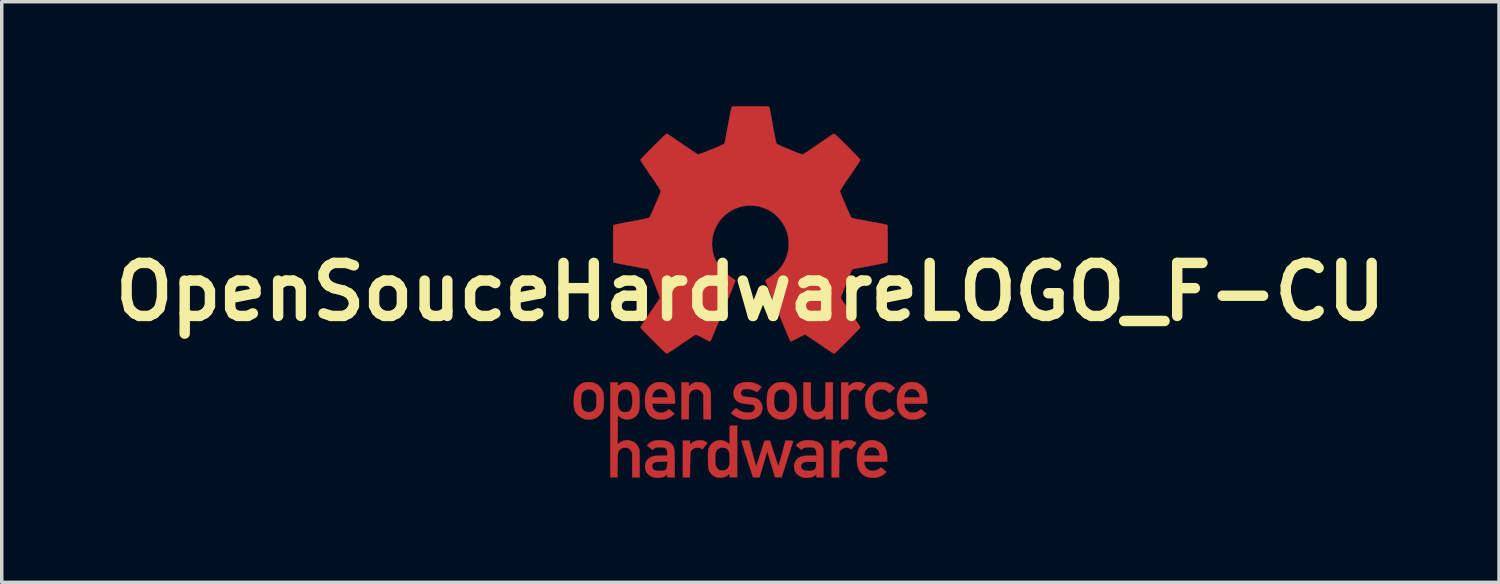
<source format=kicad_pcb>
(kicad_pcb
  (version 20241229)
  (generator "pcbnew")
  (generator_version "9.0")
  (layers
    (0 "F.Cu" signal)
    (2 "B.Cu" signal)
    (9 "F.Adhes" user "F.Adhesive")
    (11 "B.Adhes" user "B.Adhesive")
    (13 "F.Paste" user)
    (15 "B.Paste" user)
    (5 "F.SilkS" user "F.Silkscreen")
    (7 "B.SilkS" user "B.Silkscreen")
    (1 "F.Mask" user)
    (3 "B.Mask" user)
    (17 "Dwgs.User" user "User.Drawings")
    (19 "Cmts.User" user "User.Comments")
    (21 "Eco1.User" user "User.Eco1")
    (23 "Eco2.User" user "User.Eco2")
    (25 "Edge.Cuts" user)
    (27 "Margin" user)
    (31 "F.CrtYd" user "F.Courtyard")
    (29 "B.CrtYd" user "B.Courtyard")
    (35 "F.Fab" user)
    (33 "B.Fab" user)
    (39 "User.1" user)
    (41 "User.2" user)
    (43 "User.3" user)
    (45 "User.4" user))
  (footprint "OpenSouceHardwareLOGO_F-CU"
    (layer "F.Cu")
    (at 18.513 5.339)
    (property "Reference" "OpenSouceHardwareLOGO_F-CU" (at 0 0 0) (layer "F.SilkS") (effects (font (size 1.524 1.524) (thickness 0.3))))
    (attr through_hole)
    (fp_poly (pts (xy 2.928 4.276) (xy 2.979 4.297) (xy 3.011 4.313) (xy 3.031 4.325) (xy 3.04 4.337) (xy 3.039 4.351) (xy 3.026 4.371) (xy 3.003 4.399) (xy 2.985 4.421) (xy 2.958 4.453) (xy 2.935 4.48) (xy 2.917 4.501) (xy 2.908 4.512) (xy 2.898 4.518) (xy 2.886 4.515) (xy 2.873 4.507) (xy 2.823 4.481) (xy 2.768 4.471) (xy 2.713 4.476) (xy 2.661 4.495) (xy 2.621 4.522) (xy 2.606 4.536) (xy 2.592 4.549) (xy 2.581 4.563) (xy 2.573 4.579) (xy 2.566 4.599) (xy 2.561 4.625) (xy 2.557 4.658) (xy 2.554 4.699) (xy 2.553 4.751) (xy 2.552 4.816) (xy 2.551 4.894) (xy 2.55 4.976) (xy 2.548 5.326) (xy 2.337 5.326) (xy 2.337 4.276) (xy 2.548 4.276) (xy 2.548 4.387) (xy 2.589 4.351) (xy 2.649 4.309) (xy 2.715 4.279) (xy 2.786 4.264) (xy 2.858 4.263) (xy 2.928 4.276)) (stroke (width 0.01) (type solid)) (fill yes) (layer "F.Cu"))
    (fp_poly (pts (xy 3.148 2.594) (xy 3.178 2.598) (xy 3.181 2.599) (xy 3.205 2.607) (xy 3.234 2.619) (xy 3.263 2.634) (xy 3.288 2.649) (xy 3.305 2.661) (xy 3.31 2.668) (xy 3.305 2.676) (xy 3.292 2.694) (xy 3.272 2.718) (xy 3.249 2.747) (xy 3.224 2.776) (xy 3.201 2.803) (xy 3.181 2.826) (xy 3.168 2.841) (xy 3.163 2.845) (xy 3.155 2.841) (xy 3.136 2.832) (xy 3.123 2.825) (xy 3.071 2.803) (xy 3.019 2.797) (xy 2.976 2.802) (xy 2.922 2.821) (xy 2.879 2.853) (xy 2.845 2.898) (xy 2.839 2.91) (xy 2.815 2.959) (xy 2.81 3.658) (xy 2.608 3.658) (xy 2.608 2.599) (xy 2.811 2.599) (xy 2.811 2.654) (xy 2.812 2.682) (xy 2.814 2.702) (xy 2.816 2.709) (xy 2.825 2.704) (xy 2.842 2.69) (xy 2.859 2.675) (xy 2.912 2.635) (xy 2.969 2.609) (xy 3.036 2.595) (xy 3.067 2.592) (xy 3.108 2.592) (xy 3.148 2.594)) (stroke (width 0.01) (type solid)) (fill yes) (layer "F.Cu"))
    (fp_poly (pts (xy -1.374 4.27) (xy -1.334 4.282) (xy -1.303 4.296) (xy -1.275 4.311) (xy -1.253 4.326) (xy -1.239 4.338) (xy -1.238 4.344) (xy -1.244 4.353) (xy -1.259 4.372) (xy -1.28 4.399) (xy -1.306 4.431) (xy -1.311 4.436) (xy -1.381 4.521) (xy -1.421 4.498) (xy -1.445 4.485) (xy -1.468 4.478) (xy -1.496 4.475) (xy -1.524 4.475) (xy -1.581 4.48) (xy -1.626 4.495) (xy -1.665 4.523) (xy -1.683 4.542) (xy -1.694 4.556) (xy -1.703 4.57) (xy -1.711 4.585) (xy -1.717 4.602) (xy -1.721 4.624) (xy -1.725 4.652) (xy -1.728 4.689) (xy -1.73 4.735) (xy -1.731 4.792) (xy -1.732 4.862) (xy -1.733 4.946) (xy -1.734 4.981) (xy -1.737 5.326) (xy -1.939 5.326) (xy -1.939 4.276) (xy -1.736 4.276) (xy -1.736 4.325) (xy -1.735 4.352) (xy -1.733 4.372) (xy -1.731 4.379) (xy -1.723 4.377) (xy -1.707 4.365) (xy -1.692 4.351) (xy -1.64 4.312) (xy -1.578 4.284) (xy -1.511 4.267) (xy -1.441 4.262) (xy -1.374 4.27)) (stroke (width 0.01) (type solid)) (fill yes) (layer "F.Cu"))
    (fp_poly (pts (xy -1.449 2.596) (xy -1.415 2.598) (xy -1.388 2.603) (xy -1.363 2.611) (xy -1.352 2.615) (xy -1.294 2.647) (xy -1.241 2.692) (xy -1.197 2.748) (xy -1.163 2.811) (xy -1.143 2.877) (xy -1.143 2.878) (xy -1.141 2.897) (xy -1.139 2.931) (xy -1.138 2.978) (xy -1.137 3.037) (xy -1.136 3.106) (xy -1.135 3.182) (xy -1.135 3.265) (xy -1.135 3.29) (xy -1.135 3.658) (xy -1.346 3.658) (xy -1.348 3.304) (xy -1.35 2.95) (xy -1.372 2.908) (xy -1.405 2.862) (xy -1.449 2.827) (xy -1.5 2.805) (xy -1.508 2.803) (xy -1.566 2.797) (xy -1.619 2.807) (xy -1.67 2.831) (xy -1.699 2.851) (xy -1.72 2.875) (xy -1.74 2.908) (xy -1.765 2.958) (xy -1.768 3.308) (xy -1.77 3.658) (xy -1.981 3.658) (xy -1.981 2.599) (xy -1.77 2.599) (xy -1.77 2.654) (xy -1.769 2.682) (xy -1.767 2.702) (xy -1.765 2.709) (xy -1.757 2.704) (xy -1.741 2.69) (xy -1.729 2.679) (xy -1.704 2.658) (xy -1.672 2.637) (xy -1.643 2.621) (xy -1.617 2.61) (xy -1.595 2.602) (xy -1.572 2.598) (xy -1.544 2.596) (xy -1.505 2.595) (xy -1.494 2.595) (xy -1.449 2.596)) (stroke (width 0.01) (type solid)) (fill yes) (layer "F.Cu"))
    (fp_poly (pts (xy 1.736 2.937) (xy 1.736 3.027) (xy 1.736 3.101) (xy 1.737 3.162) (xy 1.738 3.21) (xy 1.74 3.248) (xy 1.742 3.276) (xy 1.744 3.297) (xy 1.747 3.312) (xy 1.748 3.314) (xy 1.772 3.367) (xy 1.807 3.408) (xy 1.853 3.437) (xy 1.909 3.452) (xy 1.945 3.454) (xy 2.007 3.447) (xy 2.058 3.427) (xy 2.1 3.393) (xy 2.133 3.344) (xy 2.137 3.336) (xy 2.141 3.326) (xy 2.145 3.315) (xy 2.148 3.302) (xy 2.15 3.285) (xy 2.152 3.262) (xy 2.154 3.232) (xy 2.155 3.193) (xy 2.156 3.143) (xy 2.156 3.08) (xy 2.157 3.003) (xy 2.157 2.949) (xy 2.16 2.599) (xy 2.371 2.599) (xy 2.371 3.658) (xy 2.159 3.658) (xy 2.159 3.603) (xy 2.158 3.575) (xy 2.156 3.555) (xy 2.154 3.548) (xy 2.145 3.553) (xy 2.128 3.567) (xy 2.111 3.582) (xy 2.063 3.619) (xy 2.011 3.644) (xy 1.951 3.658) (xy 1.897 3.663) (xy 1.851 3.664) (xy 1.817 3.662) (xy 1.789 3.656) (xy 1.774 3.651) (xy 1.7 3.617) (xy 1.638 3.571) (xy 1.589 3.515) (xy 1.553 3.449) (xy 1.533 3.379) (xy 1.531 3.36) (xy 1.529 3.326) (xy 1.527 3.278) (xy 1.526 3.219) (xy 1.525 3.15) (xy 1.524 3.073) (xy 1.524 2.99) (xy 1.524 2.966) (xy 1.524 2.599) (xy 1.736 2.599) (xy 1.736 2.937)) (stroke (width 0.01) (type solid)) (fill yes) (layer "F.Cu"))
    (fp_poly (pts (xy 3.821 2.592) (xy 3.858 2.596) (xy 3.893 2.604) (xy 3.926 2.615) (xy 3.986 2.641) (xy 4.046 2.676) (xy 4.1 2.717) (xy 4.128 2.743) (xy 4.153 2.77) (xy 4.131 2.788) (xy 4.114 2.802) (xy 4.089 2.824) (xy 4.061 2.849) (xy 4.052 2.856) (xy 3.996 2.906) (xy 3.958 2.871) (xy 3.912 2.835) (xy 3.867 2.813) (xy 3.816 2.802) (xy 3.772 2.8) (xy 3.702 2.807) (xy 3.643 2.827) (xy 3.594 2.861) (xy 3.556 2.907) (xy 3.528 2.967) (xy 3.511 3.04) (xy 3.505 3.125) (xy 3.505 3.128) (xy 3.511 3.214) (xy 3.527 3.287) (xy 3.554 3.346) (xy 3.591 3.393) (xy 3.64 3.427) (xy 3.699 3.447) (xy 3.769 3.454) (xy 3.774 3.454) (xy 3.839 3.448) (xy 3.895 3.429) (xy 3.948 3.394) (xy 3.961 3.382) (xy 3.996 3.351) (xy 4.044 3.392) (xy 4.073 3.417) (xy 4.101 3.442) (xy 4.122 3.461) (xy 4.153 3.488) (xy 4.102 3.535) (xy 4.042 3.581) (xy 3.976 3.62) (xy 3.908 3.648) (xy 3.89 3.653) (xy 3.843 3.661) (xy 3.787 3.665) (xy 3.728 3.664) (xy 3.673 3.658) (xy 3.648 3.653) (xy 3.565 3.625) (xy 3.492 3.583) (xy 3.43 3.528) (xy 3.378 3.461) (xy 3.337 3.38) (xy 3.314 3.31) (xy 3.304 3.263) (xy 3.299 3.204) (xy 3.297 3.138) (xy 3.299 3.072) (xy 3.304 3.009) (xy 3.312 2.954) (xy 3.317 2.934) (xy 3.35 2.846) (xy 3.394 2.77) (xy 3.449 2.707) (xy 3.515 2.657) (xy 3.592 2.62) (xy 3.645 2.604) (xy 3.678 2.598) (xy 3.72 2.593) (xy 3.764 2.591) (xy 3.776 2.591) (xy 3.821 2.592)) (stroke (width 0.01) (type solid)) (fill yes) (layer "F.Cu"))
    (fp_poly (pts (xy 4.728 2.597) (xy 4.803 2.617) (xy 4.872 2.651) (xy 4.935 2.7) (xy 4.949 2.713) (xy 4.995 2.765) (xy 5.029 2.822) (xy 5.054 2.886) (xy 5.07 2.959) (xy 5.079 3.044) (xy 5.08 3.101) (xy 5.08 3.209) (xy 4.42 3.209) (xy 4.42 3.238) (xy 4.427 3.291) (xy 4.449 3.344) (xy 4.483 3.392) (xy 4.525 3.43) (xy 4.553 3.447) (xy 4.577 3.457) (xy 4.602 3.463) (xy 4.634 3.466) (xy 4.669 3.466) (xy 4.724 3.464) (xy 4.769 3.454) (xy 4.812 3.436) (xy 4.858 3.407) (xy 4.867 3.4) (xy 4.907 3.371) (xy 5.056 3.499) (xy 5.024 3.532) (xy 4.963 3.582) (xy 4.89 3.623) (xy 4.853 3.639) (xy 4.799 3.653) (xy 4.735 3.662) (xy 4.666 3.665) (xy 4.599 3.661) (xy 4.539 3.651) (xy 4.53 3.649) (xy 4.451 3.62) (xy 4.383 3.577) (xy 4.325 3.521) (xy 4.278 3.453) (xy 4.242 3.372) (xy 4.228 3.322) (xy 4.219 3.276) (xy 4.214 3.217) (xy 4.212 3.152) (xy 4.213 3.085) (xy 4.217 3.031) (xy 4.417 3.031) (xy 4.87 3.031) (xy 4.864 2.991) (xy 4.848 2.926) (xy 4.819 2.873) (xy 4.78 2.832) (xy 4.73 2.803) (xy 4.67 2.789) (xy 4.656 2.787) (xy 4.596 2.791) (xy 4.542 2.809) (xy 4.496 2.841) (xy 4.459 2.885) (xy 4.434 2.939) (xy 4.423 2.989) (xy 4.417 3.031) (xy 4.217 3.031) (xy 4.217 3.02) (xy 4.224 2.964) (xy 4.232 2.927) (xy 4.262 2.842) (xy 4.301 2.769) (xy 4.35 2.708) (xy 4.361 2.697) (xy 4.42 2.651) (xy 4.481 2.619) (xy 4.549 2.599) (xy 4.627 2.591) (xy 4.644 2.591) (xy 4.728 2.597)) (stroke (width 0.01) (type solid)) (fill yes) (layer "F.Cu"))
    (fp_poly (pts (xy -2.541 2.592) (xy -2.514 2.596) (xy -2.485 2.603) (xy -2.46 2.611) (xy -2.382 2.645) (xy -2.317 2.688) (xy -2.263 2.741) (xy -2.22 2.807) (xy -2.217 2.813) (xy -2.198 2.854) (xy -2.185 2.894) (xy -2.176 2.936) (xy -2.17 2.985) (xy -2.168 3.045) (xy -2.167 3.084) (xy -2.167 3.209) (xy -2.822 3.209) (xy -2.817 3.259) (xy -2.804 3.319) (xy -2.778 3.371) (xy -2.739 3.413) (xy -2.692 3.445) (xy -2.636 3.464) (xy -2.575 3.471) (xy -2.51 3.463) (xy -2.489 3.458) (xy -2.42 3.43) (xy -2.364 3.391) (xy -2.361 3.389) (xy -2.338 3.368) (xy -2.26 3.434) (xy -2.182 3.501) (xy -2.227 3.541) (xy -2.282 3.583) (xy -2.346 3.619) (xy -2.411 3.645) (xy -2.439 3.653) (xy -2.484 3.66) (xy -2.539 3.664) (xy -2.596 3.665) (xy -2.651 3.661) (xy -2.695 3.655) (xy -2.699 3.654) (xy -2.778 3.627) (xy -2.848 3.586) (xy -2.907 3.532) (xy -2.955 3.467) (xy -2.965 3.449) (xy -2.987 3.404) (xy -3.003 3.36) (xy -3.015 3.314) (xy -3.022 3.261) (xy -3.027 3.197) (xy -3.028 3.167) (xy -3.027 3.054) (xy -3.025 3.031) (xy -2.822 3.031) (xy -2.371 3.031) (xy -2.376 3.004) (xy -2.394 2.933) (xy -2.421 2.876) (xy -2.457 2.834) (xy -2.503 2.805) (xy -2.558 2.79) (xy -2.574 2.788) (xy -2.637 2.79) (xy -2.693 2.806) (xy -2.741 2.836) (xy -2.779 2.877) (xy -2.805 2.929) (xy -2.817 2.985) (xy -2.822 3.031) (xy -3.025 3.031) (xy -3.015 2.953) (xy -2.991 2.865) (xy -2.956 2.788) (xy -2.909 2.724) (xy -2.853 2.672) (xy -2.803 2.639) (xy -2.754 2.616) (xy -2.701 2.601) (xy -2.638 2.594) (xy -2.616 2.593) (xy -2.573 2.591) (xy -2.541 2.592)) (stroke (width 0.01) (type solid)) (fill yes) (layer "F.Cu"))
    (fp_poly (pts (xy -0.381 5.326) (xy -0.593 5.326) (xy -0.593 5.223) (xy -0.629 5.252) (xy -0.695 5.297) (xy -0.767 5.326) (xy -0.841 5.34) (xy -0.917 5.337) (xy -0.953 5.331) (xy -1.022 5.305) (xy -1.085 5.266) (xy -1.137 5.216) (xy -1.177 5.156) (xy -1.198 5.105) (xy -1.203 5.087) (xy -1.207 5.065) (xy -1.21 5.037) (xy -1.213 5.001) (xy -1.215 4.954) (xy -1.216 4.894) (xy -1.217 4.842) (xy -1.218 4.798) (xy -1.013 4.798) (xy -1.011 4.863) (xy -1.006 4.923) (xy -0.998 4.976) (xy -0.986 5.017) (xy -0.983 5.023) (xy -0.955 5.068) (xy -0.915 5.103) (xy -0.884 5.119) (xy -0.846 5.127) (xy -0.8 5.129) (xy -0.753 5.125) (xy -0.713 5.115) (xy -0.699 5.109) (xy -0.665 5.086) (xy -0.638 5.054) (xy -0.618 5.013) (xy -0.604 4.961) (xy -0.596 4.895) (xy -0.593 4.815) (xy -0.593 4.801) (xy -0.595 4.715) (xy -0.604 4.644) (xy -0.618 4.587) (xy -0.64 4.543) (xy -0.67 4.511) (xy -0.708 4.489) (xy -0.755 4.476) (xy -0.779 4.473) (xy -0.84 4.474) (xy -0.893 4.489) (xy -0.938 4.517) (xy -0.973 4.557) (xy -0.986 4.583) (xy -0.998 4.622) (xy -1.006 4.674) (xy -1.011 4.734) (xy -1.013 4.798) (xy -1.218 4.798) (xy -1.218 4.761) (xy -1.218 4.69) (xy -1.216 4.632) (xy -1.214 4.587) (xy -1.211 4.563) (xy -1.192 4.485) (xy -1.159 4.418) (xy -1.113 4.361) (xy -1.056 4.316) (xy -0.988 4.283) (xy -0.918 4.265) (xy -0.846 4.262) (xy -0.775 4.274) (xy -0.706 4.301) (xy -0.643 4.342) (xy -0.638 4.347) (xy -0.617 4.364) (xy -0.603 4.375) (xy -0.598 4.377) (xy -0.596 4.369) (xy -0.595 4.346) (xy -0.594 4.31) (xy -0.594 4.263) (xy -0.593 4.208) (xy -0.593 4.145) (xy -0.593 4.111) (xy -0.593 3.844) (xy -0.381 3.844) (xy -0.381 5.326)) (stroke (width 0.01) (type solid)) (fill yes) (layer "F.Cu"))
    (fp_poly (pts (xy 3.596 4.273) (xy 3.673 4.299) (xy 3.744 4.338) (xy 3.8 4.385) (xy 3.845 4.437) (xy 3.879 4.492) (xy 3.904 4.555) (xy 3.92 4.626) (xy 3.927 4.71) (xy 3.929 4.764) (xy 3.929 4.877) (xy 3.266 4.877) (xy 3.271 4.925) (xy 3.287 4.989) (xy 3.315 5.044) (xy 3.355 5.088) (xy 3.404 5.12) (xy 3.462 5.139) (xy 3.526 5.143) (xy 3.568 5.139) (xy 3.608 5.128) (xy 3.651 5.112) (xy 3.689 5.093) (xy 3.719 5.073) (xy 3.729 5.064) (xy 3.743 5.051) (xy 3.753 5.046) (xy 3.762 5.051) (xy 3.78 5.065) (xy 3.805 5.085) (xy 3.832 5.107) (xy 3.859 5.13) (xy 3.881 5.151) (xy 3.897 5.166) (xy 3.903 5.174) (xy 3.896 5.185) (xy 3.879 5.203) (xy 3.853 5.224) (xy 3.822 5.247) (xy 3.791 5.268) (xy 3.761 5.285) (xy 3.756 5.288) (xy 3.671 5.32) (xy 3.58 5.338) (xy 3.486 5.34) (xy 3.427 5.334) (xy 3.343 5.312) (xy 3.269 5.278) (xy 3.207 5.23) (xy 3.155 5.169) (xy 3.114 5.096) (xy 3.084 5.009) (xy 3.077 4.983) (xy 3.068 4.93) (xy 3.063 4.866) (xy 3.062 4.796) (xy 3.064 4.728) (xy 3.065 4.707) (xy 3.266 4.707) (xy 3.717 4.707) (xy 3.717 4.684) (xy 3.714 4.661) (xy 3.708 4.632) (xy 3.704 4.617) (xy 3.68 4.56) (xy 3.644 4.515) (xy 3.598 4.484) (xy 3.542 4.466) (xy 3.493 4.462) (xy 3.438 4.467) (xy 3.394 4.481) (xy 3.355 4.508) (xy 3.331 4.532) (xy 3.306 4.566) (xy 3.288 4.602) (xy 3.276 4.647) (xy 3.272 4.671) (xy 3.266 4.707) (xy 3.065 4.707) (xy 3.069 4.665) (xy 3.076 4.623) (xy 3.103 4.535) (xy 3.142 4.458) (xy 3.191 4.392) (xy 3.251 4.339) (xy 3.32 4.298) (xy 3.398 4.272) (xy 3.434 4.266) (xy 3.515 4.262) (xy 3.596 4.273)) (stroke (width 0.01) (type solid)) (fill yes) (layer "F.Cu"))
    (fp_poly (pts (xy -4.561 2.596) (xy -4.49 2.613) (xy -4.426 2.642) (xy -4.367 2.685) (xy -4.327 2.723) (xy -4.291 2.765) (xy -4.264 2.806) (xy -4.244 2.851) (xy -4.229 2.902) (xy -4.219 2.963) (xy -4.212 3.037) (xy -4.211 3.069) (xy -4.209 3.148) (xy -4.213 3.225) (xy -4.22 3.296) (xy -4.231 3.358) (xy -4.244 3.403) (xy -4.279 3.474) (xy -4.328 3.537) (xy -4.388 3.589) (xy -4.458 3.629) (xy -4.527 3.653) (xy -4.573 3.661) (xy -4.629 3.665) (xy -4.687 3.664) (xy -4.739 3.658) (xy -4.766 3.653) (xy -4.835 3.626) (xy -4.901 3.587) (xy -4.958 3.537) (xy -5.005 3.48) (xy -5.024 3.448) (xy -5.041 3.411) (xy -5.054 3.373) (xy -5.063 3.332) (xy -5.069 3.285) (xy -5.073 3.227) (xy -5.074 3.171) (xy -4.867 3.171) (xy -4.863 3.241) (xy -4.853 3.299) (xy -4.836 3.345) (xy -4.813 3.382) (xy -4.782 3.411) (xy -4.751 3.431) (xy -4.697 3.45) (xy -4.637 3.456) (xy -4.578 3.447) (xy -4.541 3.434) (xy -4.496 3.404) (xy -4.459 3.361) (xy -4.435 3.312) (xy -4.43 3.29) (xy -4.427 3.253) (xy -4.425 3.201) (xy -4.424 3.133) (xy -4.424 3.124) (xy -4.424 3.068) (xy -4.425 3.026) (xy -4.426 2.995) (xy -4.428 2.972) (xy -4.432 2.954) (xy -4.437 2.938) (xy -4.444 2.923) (xy -4.475 2.873) (xy -4.518 2.835) (xy -4.57 2.811) (xy -4.63 2.8) (xy -4.654 2.799) (xy -4.699 2.806) (xy -4.744 2.822) (xy -4.784 2.846) (xy -4.812 2.872) (xy -4.831 2.899) (xy -4.844 2.926) (xy -4.854 2.956) (xy -4.86 2.993) (xy -4.864 3.041) (xy -4.866 3.086) (xy -4.867 3.171) (xy -5.074 3.171) (xy -5.074 3.157) (xy -5.075 3.128) (xy -5.073 3.039) (xy -5.067 2.963) (xy -5.057 2.9) (xy -5.041 2.846) (xy -5.019 2.798) (xy -4.99 2.755) (xy -4.953 2.715) (xy -4.941 2.703) (xy -4.882 2.655) (xy -4.822 2.622) (xy -4.756 2.601) (xy -4.68 2.592) (xy -4.644 2.591) (xy -4.561 2.596)) (stroke (width 0.01) (type solid)) (fill yes) (layer "F.Cu"))
    (fp_poly (pts (xy 0.986 2.596) (xy 1.06 2.613) (xy 1.125 2.643) (xy 1.185 2.686) (xy 1.212 2.71) (xy 1.251 2.755) (xy 1.282 2.804) (xy 1.305 2.859) (xy 1.322 2.922) (xy 1.332 2.996) (xy 1.337 3.083) (xy 1.337 3.128) (xy 1.335 3.221) (xy 1.328 3.299) (xy 1.315 3.366) (xy 1.296 3.423) (xy 1.269 3.474) (xy 1.235 3.52) (xy 1.21 3.547) (xy 1.15 3.597) (xy 1.084 3.633) (xy 1.01 3.656) (xy 0.927 3.665) (xy 0.902 3.665) (xy 0.861 3.664) (xy 0.819 3.66) (xy 0.786 3.654) (xy 0.78 3.653) (xy 0.711 3.627) (xy 0.647 3.588) (xy 0.596 3.542) (xy 0.559 3.502) (xy 0.53 3.459) (xy 0.508 3.413) (xy 0.492 3.36) (xy 0.481 3.298) (xy 0.475 3.225) (xy 0.474 3.172) (xy 0.679 3.172) (xy 0.685 3.249) (xy 0.7 3.312) (xy 0.722 3.362) (xy 0.754 3.402) (xy 0.795 3.431) (xy 0.809 3.438) (xy 0.844 3.449) (xy 0.888 3.454) (xy 0.935 3.453) (xy 0.978 3.446) (xy 0.983 3.445) (xy 1.024 3.425) (xy 1.062 3.393) (xy 1.094 3.353) (xy 1.102 3.338) (xy 1.109 3.323) (xy 1.114 3.309) (xy 1.117 3.292) (xy 1.12 3.27) (xy 1.121 3.24) (xy 1.122 3.2) (xy 1.122 3.146) (xy 1.122 3.128) (xy 1.122 3.065) (xy 1.12 3.015) (xy 1.118 2.977) (xy 1.113 2.947) (xy 1.106 2.924) (xy 1.095 2.904) (xy 1.081 2.884) (xy 1.066 2.866) (xy 1.026 2.832) (xy 0.978 2.81) (xy 0.925 2.8) (xy 0.872 2.801) (xy 0.82 2.813) (xy 0.774 2.837) (xy 0.737 2.872) (xy 0.727 2.886) (xy 0.711 2.914) (xy 0.699 2.941) (xy 0.691 2.971) (xy 0.686 3.009) (xy 0.682 3.058) (xy 0.68 3.082) (xy 0.679 3.172) (xy 0.474 3.172) (xy 0.473 3.138) (xy 0.473 3.129) (xy 0.475 3.039) (xy 0.48 2.964) (xy 0.491 2.901) (xy 0.507 2.846) (xy 0.529 2.799) (xy 0.558 2.756) (xy 0.595 2.714) (xy 0.597 2.713) (xy 0.657 2.661) (xy 0.723 2.624) (xy 0.795 2.601) (xy 0.876 2.591) (xy 0.901 2.591) (xy 0.986 2.596)) (stroke (width 0.01) (type solid)) (fill yes) (layer "F.Cu"))
    (fp_poly (pts (xy 1.731 4.264) (xy 1.81 4.274) (xy 1.884 4.292) (xy 1.947 4.319) (xy 1.949 4.32) (xy 2 4.353) (xy 2.039 4.395) (xy 2.071 4.449) (xy 2.073 4.453) (xy 2.095 4.5) (xy 2.098 4.913) (xy 2.1 5.326) (xy 1.897 5.326) (xy 1.897 5.283) (xy 1.896 5.259) (xy 1.894 5.244) (xy 1.892 5.241) (xy 1.884 5.246) (xy 1.869 5.261) (xy 1.855 5.274) (xy 1.81 5.307) (xy 1.776 5.321) (xy 1.731 5.331) (xy 1.677 5.337) (xy 1.618 5.339) (xy 1.563 5.337) (xy 1.519 5.33) (xy 1.447 5.307) (xy 1.384 5.272) (xy 1.332 5.227) (xy 1.293 5.174) (xy 1.277 5.141) (xy 1.262 5.086) (xy 1.257 5.025) (xy 1.258 4.993) (xy 1.454 4.993) (xy 1.455 5.032) (xy 1.471 5.069) (xy 1.5 5.102) (xy 1.527 5.12) (xy 1.565 5.133) (xy 1.614 5.141) (xy 1.669 5.144) (xy 1.724 5.142) (xy 1.775 5.134) (xy 1.816 5.122) (xy 1.82 5.12) (xy 1.848 5.102) (xy 1.868 5.08) (xy 1.881 5.05) (xy 1.888 5.009) (xy 1.891 4.96) (xy 1.892 4.881) (xy 1.74 4.881) (xy 1.675 4.881) (xy 1.624 4.883) (xy 1.585 4.885) (xy 1.556 4.889) (xy 1.533 4.896) (xy 1.515 4.905) (xy 1.499 4.917) (xy 1.494 4.92) (xy 1.466 4.954) (xy 1.454 4.993) (xy 1.258 4.993) (xy 1.26 4.965) (xy 1.273 4.91) (xy 1.28 4.892) (xy 1.318 4.83) (xy 1.367 4.78) (xy 1.427 4.743) (xy 1.497 4.72) (xy 1.511 4.717) (xy 1.535 4.714) (xy 1.573 4.711) (xy 1.62 4.709) (xy 1.673 4.708) (xy 1.729 4.707) (xy 1.899 4.707) (xy 1.895 4.626) (xy 1.891 4.579) (xy 1.883 4.544) (xy 1.871 4.519) (xy 1.852 4.499) (xy 1.828 4.483) (xy 1.811 4.475) (xy 1.79 4.47) (xy 1.762 4.466) (xy 1.721 4.464) (xy 1.702 4.463) (xy 1.641 4.463) (xy 1.595 4.466) (xy 1.558 4.474) (xy 1.529 4.487) (xy 1.503 4.506) (xy 1.5 4.508) (xy 1.47 4.536) (xy 1.391 4.476) (xy 1.36 4.452) (xy 1.335 4.432) (xy 1.318 4.418) (xy 1.312 4.411) (xy 1.319 4.4) (xy 1.336 4.383) (xy 1.359 4.361) (xy 1.386 4.339) (xy 1.413 4.32) (xy 1.436 4.306) (xy 1.438 4.305) (xy 1.499 4.282) (xy 1.571 4.267) (xy 1.65 4.261) (xy 1.731 4.264)) (stroke (width 0.01) (type solid)) (fill yes) (layer "F.Cu"))
    (fp_poly (pts (xy -0.003 2.595) (xy 0.049 2.601) (xy 0.063 2.604) (xy 0.118 2.619) (xy 0.179 2.644) (xy 0.237 2.673) (xy 0.284 2.702) (xy 0.321 2.729) (xy 0.257 2.804) (xy 0.232 2.833) (xy 0.211 2.857) (xy 0.196 2.873) (xy 0.191 2.879) (xy 0.182 2.875) (xy 0.163 2.865) (xy 0.136 2.851) (xy 0.125 2.845) (xy 0.054 2.812) (xy -0.015 2.793) (xy -0.085 2.787) (xy -0.115 2.787) (xy -0.167 2.793) (xy -0.206 2.805) (xy -0.237 2.825) (xy -0.257 2.848) (xy -0.273 2.882) (xy -0.275 2.919) (xy -0.264 2.954) (xy -0.251 2.97) (xy -0.235 2.984) (xy -0.216 2.995) (xy -0.19 3.004) (xy -0.156 3.011) (xy -0.11 3.017) (xy -0.051 3.022) (xy -0.038 3.023) (xy 0.024 3.028) (xy 0.072 3.034) (xy 0.11 3.04) (xy 0.141 3.047) (xy 0.167 3.057) (xy 0.193 3.069) (xy 0.193 3.069) (xy 0.248 3.106) (xy 0.291 3.155) (xy 0.322 3.216) (xy 0.339 3.28) (xy 0.344 3.353) (xy 0.333 3.42) (xy 0.308 3.482) (xy 0.268 3.536) (xy 0.215 3.583) (xy 0.15 3.62) (xy 0.073 3.647) (xy 0.047 3.653) (xy -0.003 3.661) (xy -0.063 3.664) (xy -0.125 3.664) (xy -0.183 3.661) (xy -0.232 3.654) (xy -0.233 3.654) (xy -0.314 3.629) (xy -0.395 3.593) (xy -0.471 3.548) (xy -0.521 3.51) (xy -0.555 3.481) (xy -0.412 3.336) (xy -0.377 3.364) (xy -0.316 3.408) (xy -0.254 3.439) (xy -0.189 3.458) (xy -0.115 3.466) (xy -0.08 3.467) (xy -0.037 3.467) (xy -0.007 3.465) (xy 0.016 3.461) (xy 0.035 3.455) (xy 0.054 3.446) (xy 0.094 3.42) (xy 0.119 3.39) (xy 0.132 3.353) (xy 0.133 3.347) (xy 0.131 3.307) (xy 0.115 3.273) (xy 0.086 3.249) (xy 0.078 3.245) (xy 0.059 3.24) (xy 0.026 3.234) (xy -0.015 3.228) (xy -0.062 3.223) (xy -0.08 3.221) (xy -0.146 3.214) (xy -0.198 3.208) (xy -0.239 3.201) (xy -0.273 3.193) (xy -0.302 3.182) (xy -0.33 3.17) (xy -0.341 3.164) (xy -0.397 3.126) (xy -0.439 3.079) (xy -0.467 3.021) (xy -0.482 2.953) (xy -0.484 2.908) (xy -0.476 2.834) (xy -0.454 2.769) (xy -0.419 2.713) (xy -0.369 2.666) (xy -0.306 2.63) (xy -0.231 2.605) (xy -0.227 2.604) (xy -0.181 2.596) (xy -0.124 2.592) (xy -0.063 2.592) (xy -0.003 2.595)) (stroke (width 0.01) (type solid)) (fill yes) (layer "F.Cu"))
    (fp_poly (pts (xy -2.522 4.267) (xy -2.445 4.278) (xy -2.381 4.296) (xy -2.326 4.322) (xy -2.278 4.357) (xy -2.278 4.357) (xy -2.234 4.408) (xy -2.203 4.468) (xy -2.185 4.539) (xy -2.185 4.542) (xy -2.183 4.564) (xy -2.181 4.6) (xy -2.18 4.648) (xy -2.178 4.708) (xy -2.177 4.775) (xy -2.177 4.849) (xy -2.176 4.927) (xy -2.176 4.964) (xy -2.176 5.326) (xy -2.388 5.326) (xy -2.388 5.283) (xy -2.388 5.259) (xy -2.39 5.244) (xy -2.392 5.241) (xy -2.4 5.247) (xy -2.414 5.261) (xy -2.422 5.27) (xy -2.457 5.299) (xy -2.504 5.32) (xy -2.565 5.333) (xy -2.629 5.339) (xy -2.698 5.339) (xy -2.755 5.333) (xy -2.766 5.33) (xy -2.84 5.306) (xy -2.903 5.269) (xy -2.954 5.221) (xy -2.993 5.163) (xy -3.018 5.095) (xy -3.022 5.074) (xy -3.027 5.008) (xy -2.824 5.008) (xy -2.823 5.04) (xy -2.818 5.061) (xy -2.809 5.077) (xy -2.802 5.084) (xy -2.765 5.115) (xy -2.717 5.134) (xy -2.693 5.14) (xy -2.661 5.143) (xy -2.619 5.143) (xy -2.572 5.142) (xy -2.527 5.138) (xy -2.49 5.133) (xy -2.48 5.13) (xy -2.447 5.116) (xy -2.422 5.093) (xy -2.405 5.059) (xy -2.394 5.011) (xy -2.389 4.958) (xy -2.385 4.875) (xy -2.549 4.878) (xy -2.608 4.88) (xy -2.653 4.882) (xy -2.686 4.884) (xy -2.711 4.887) (xy -2.73 4.891) (xy -2.745 4.897) (xy -2.752 4.899) (xy -2.787 4.918) (xy -2.809 4.939) (xy -2.82 4.966) (xy -2.824 5.004) (xy -2.824 5.008) (xy -3.027 5.008) (xy -3.027 5.003) (xy -3.017 4.936) (xy -2.993 4.874) (xy -2.957 4.819) (xy -2.908 4.775) (xy -2.868 4.75) (xy -2.838 4.737) (xy -2.808 4.726) (xy -2.776 4.719) (xy -2.739 4.713) (xy -2.693 4.71) (xy -2.637 4.708) (xy -2.567 4.707) (xy -2.556 4.707) (xy -2.388 4.707) (xy -2.388 4.638) (xy -2.39 4.583) (xy -2.399 4.541) (xy -2.416 4.51) (xy -2.442 4.488) (xy -2.481 4.474) (xy -2.532 4.466) (xy -2.583 4.463) (xy -2.642 4.463) (xy -2.688 4.466) (xy -2.723 4.473) (xy -2.752 4.486) (xy -2.777 4.504) (xy -2.781 4.508) (xy -2.812 4.537) (xy -2.89 4.477) (xy -2.921 4.453) (xy -2.946 4.433) (xy -2.964 4.418) (xy -2.97 4.412) (xy -2.966 4.402) (xy -2.951 4.386) (xy -2.929 4.366) (xy -2.904 4.345) (xy -2.88 4.326) (xy -2.858 4.312) (xy -2.856 4.311) (xy -2.811 4.291) (xy -2.764 4.277) (xy -2.712 4.268) (xy -2.65 4.264) (xy -2.612 4.264) (xy -2.522 4.267)) (stroke (width 0.01) (type solid)) (fill yes) (layer "F.Cu"))
    (fp_poly (pts (xy 1.164 4.276) (xy 1.198 4.278) (xy 1.22 4.281) (xy 1.228 4.284) (xy 1.225 4.293) (xy 1.218 4.317) (xy 1.207 4.353) (xy 1.192 4.4) (xy 1.174 4.457) (xy 1.154 4.522) (xy 1.132 4.592) (xy 1.108 4.667) (xy 1.083 4.744) (xy 1.059 4.822) (xy 1.034 4.9) (xy 1.01 4.975) (xy 0.987 5.045) (xy 0.966 5.11) (xy 0.948 5.168) (xy 0.932 5.216) (xy 0.926 5.235) (xy 0.896 5.326) (xy 0.802 5.324) (xy 0.708 5.321) (xy 0.6 4.958) (xy 0.577 4.883) (xy 0.556 4.813) (xy 0.537 4.749) (xy 0.52 4.694) (xy 0.506 4.649) (xy 0.496 4.616) (xy 0.489 4.596) (xy 0.487 4.591) (xy 0.486 4.589) (xy 0.485 4.588) (xy 0.483 4.59) (xy 0.481 4.595) (xy 0.477 4.605) (xy 0.472 4.622) (xy 0.464 4.647) (xy 0.454 4.681) (xy 0.44 4.727) (xy 0.423 4.785) (xy 0.401 4.857) (xy 0.389 4.898) (xy 0.368 4.968) (xy 0.348 5.037) (xy 0.329 5.1) (xy 0.312 5.157) (xy 0.298 5.204) (xy 0.288 5.239) (xy 0.283 5.256) (xy 0.261 5.326) (xy 0.169 5.326) (xy 0.132 5.325) (xy 0.101 5.323) (xy 0.08 5.321) (xy 0.073 5.319) (xy 0.07 5.31) (xy 0.063 5.287) (xy 0.051 5.251) (xy 0.035 5.203) (xy 0.017 5.145) (xy -0.004 5.079) (xy -0.028 5.007) (xy -0.053 4.929) (xy -0.079 4.847) (xy -0.105 4.764) (xy -0.132 4.68) (xy -0.159 4.597) (xy -0.184 4.516) (xy -0.208 4.44) (xy -0.231 4.37) (xy -0.24 4.341) (xy -0.261 4.276) (xy -0.149 4.276) (xy -0.038 4.276) (xy 0.059 4.633) (xy 0.079 4.709) (xy 0.098 4.779) (xy 0.116 4.843) (xy 0.131 4.899) (xy 0.144 4.944) (xy 0.154 4.978) (xy 0.16 4.999) (xy 0.162 5.004) (xy 0.168 5.012) (xy 0.172 5.005) (xy 0.173 5.004) (xy 0.177 4.992) (xy 0.185 4.966) (xy 0.198 4.929) (xy 0.213 4.882) (xy 0.23 4.827) (xy 0.25 4.767) (xy 0.271 4.703) (xy 0.292 4.636) (xy 0.313 4.57) (xy 0.334 4.507) (xy 0.353 4.447) (xy 0.37 4.393) (xy 0.385 4.348) (xy 0.396 4.312) (xy 0.404 4.289) (xy 0.406 4.279) (xy 0.406 4.279) (xy 0.414 4.278) (xy 0.435 4.276) (xy 0.466 4.276) (xy 0.485 4.276) (xy 0.563 4.276) (xy 0.682 4.644) (xy 0.706 4.719) (xy 0.729 4.789) (xy 0.75 4.853) (xy 0.768 4.908) (xy 0.783 4.953) (xy 0.795 4.986) (xy 0.802 5.006) (xy 0.805 5.012) (xy 0.808 5.004) (xy 0.815 4.982) (xy 0.826 4.946) (xy 0.839 4.899) (xy 0.855 4.842) (xy 0.873 4.777) (xy 0.893 4.705) (xy 0.91 4.644) (xy 1.01 4.276) (xy 1.119 4.276) (xy 1.164 4.276)) (stroke (width 0.01) (type solid)) (fill yes) (layer "F.Cu"))
    (fp_poly (pts (xy -3.456 2.599) (xy -3.385 2.622) (xy -3.322 2.659) (xy -3.268 2.711) (xy -3.251 2.733) (xy -3.234 2.758) (xy -3.22 2.782) (xy -3.209 2.806) (xy -3.201 2.834) (xy -3.196 2.867) (xy -3.192 2.908) (xy -3.189 2.959) (xy -3.187 3.024) (xy -3.186 3.08) (xy -3.185 3.175) (xy -3.185 3.255) (xy -3.189 3.322) (xy -3.195 3.378) (xy -3.204 3.425) (xy -3.217 3.465) (xy -3.234 3.499) (xy -3.255 3.53) (xy -3.281 3.56) (xy -3.287 3.566) (xy -3.346 3.613) (xy -3.411 3.645) (xy -3.483 3.662) (xy -3.51 3.664) (xy -3.58 3.663) (xy -3.643 3.65) (xy -3.703 3.624) (xy -3.764 3.583) (xy -3.774 3.575) (xy -3.81 3.546) (xy -3.81 3.926) (xy -3.811 4.006) (xy -3.811 4.082) (xy -3.812 4.151) (xy -3.812 4.213) (xy -3.813 4.265) (xy -3.814 4.305) (xy -3.815 4.332) (xy -3.815 4.341) (xy -3.817 4.363) (xy -3.816 4.376) (xy -3.814 4.377) (xy -3.805 4.372) (xy -3.788 4.359) (xy -3.774 4.347) (xy -3.712 4.305) (xy -3.645 4.277) (xy -3.576 4.263) (xy -3.507 4.263) (xy -3.44 4.276) (xy -3.376 4.301) (xy -3.318 4.338) (xy -3.267 4.386) (xy -3.227 4.445) (xy -3.198 4.513) (xy -3.195 4.524) (xy -3.192 4.539) (xy -3.19 4.561) (xy -3.188 4.59) (xy -3.186 4.629) (xy -3.185 4.679) (xy -3.184 4.74) (xy -3.184 4.816) (xy -3.184 4.906) (xy -3.184 4.947) (xy -3.183 5.326) (xy -3.394 5.326) (xy -3.397 4.967) (xy -3.399 4.609) (xy -3.425 4.567) (xy -3.458 4.527) (xy -3.492 4.5) (xy -3.516 4.487) (xy -3.538 4.479) (xy -3.563 4.475) (xy -3.598 4.475) (xy -3.66 4.481) (xy -3.711 4.499) (xy -3.752 4.529) (xy -3.768 4.549) (xy -3.779 4.564) (xy -3.788 4.578) (xy -3.795 4.594) (xy -3.8 4.613) (xy -3.805 4.636) (xy -3.808 4.666) (xy -3.811 4.704) (xy -3.813 4.751) (xy -3.814 4.81) (xy -3.815 4.882) (xy -3.816 4.969) (xy -3.816 4.985) (xy -3.82 5.326) (xy -4.022 5.326) (xy -4.022 3.084) (xy -3.809 3.084) (xy -3.808 3.153) (xy -3.807 3.208) (xy -3.805 3.248) (xy -3.803 3.279) (xy -3.799 3.302) (xy -3.794 3.321) (xy -3.787 3.338) (xy -3.786 3.341) (xy -3.756 3.391) (xy -3.717 3.428) (xy -3.696 3.441) (xy -3.677 3.448) (xy -3.651 3.452) (xy -3.615 3.453) (xy -3.593 3.452) (xy -3.555 3.451) (xy -3.528 3.447) (xy -3.508 3.442) (xy -3.489 3.432) (xy -3.482 3.427) (xy -3.449 3.395) (xy -3.423 3.349) (xy -3.404 3.289) (xy -3.393 3.217) (xy -3.39 3.134) (xy -3.394 3.04) (xy -3.395 3.036) (xy -3.405 2.965) (xy -3.421 2.909) (xy -3.443 2.866) (xy -3.474 2.835) (xy -3.514 2.814) (xy -3.557 2.802) (xy -3.601 2.799) (xy -3.647 2.802) (xy -3.688 2.812) (xy -3.716 2.826) (xy -3.746 2.852) (xy -3.77 2.882) (xy -3.787 2.918) (xy -3.799 2.962) (xy -3.806 3.017) (xy -3.809 3.084) (xy -4.022 3.084) (xy -4.022 2.599) (xy -3.81 2.599) (xy -3.81 2.703) (xy -3.791 2.689) (xy -3.734 2.65) (xy -3.685 2.622) (xy -3.639 2.604) (xy -3.591 2.594) (xy -3.54 2.591) (xy -3.533 2.591) (xy -3.456 2.599)) (stroke (width 0.01) (type solid)) (fill yes) (layer "F.Cu"))
    (fp_poly (pts (xy 0.106 -5.334) (xy 0.197 -5.334) (xy 0.273 -5.334) (xy 0.337 -5.333) (xy 0.388 -5.333) (xy 0.429 -5.332) (xy 0.461 -5.331) (xy 0.485 -5.33) (xy 0.503 -5.328) (xy 0.515 -5.327) (xy 0.523 -5.324) (xy 0.529 -5.321) (xy 0.533 -5.318) (xy 0.533 -5.317) (xy 0.546 -5.302) (xy 0.55 -5.293) (xy 0.552 -5.283) (xy 0.556 -5.259) (xy 0.563 -5.22) (xy 0.572 -5.17) (xy 0.584 -5.108) (xy 0.597 -5.037) (xy 0.611 -4.959) (xy 0.627 -4.874) (xy 0.643 -4.784) (xy 0.644 -4.782) (xy 0.666 -4.664) (xy 0.685 -4.562) (xy 0.702 -4.476) (xy 0.716 -4.405) (xy 0.728 -4.348) (xy 0.738 -4.306) (xy 0.745 -4.277) (xy 0.751 -4.262) (xy 0.752 -4.259) (xy 0.763 -4.252) (xy 0.788 -4.238) (xy 0.825 -4.221) (xy 0.872 -4.199) (xy 0.927 -4.175) (xy 0.988 -4.149) (xy 1.052 -4.121) (xy 1.119 -4.093) (xy 1.186 -4.066) (xy 1.251 -4.039) (xy 1.313 -4.015) (xy 1.368 -3.993) (xy 1.416 -3.976) (xy 1.454 -3.962) (xy 1.48 -3.954) (xy 1.491 -3.952) (xy 1.499 -3.953) (xy 1.51 -3.956) (xy 1.524 -3.962) (xy 1.542 -3.972) (xy 1.566 -3.987) (xy 1.597 -4.006) (xy 1.637 -4.032) (xy 1.685 -4.064) (xy 1.743 -4.104) (xy 1.814 -4.152) (xy 1.896 -4.208) (xy 1.91 -4.218) (xy 2.004 -4.283) (xy 2.085 -4.338) (xy 2.154 -4.386) (xy 2.213 -4.425) (xy 2.261 -4.458) (xy 2.3 -4.485) (xy 2.331 -4.505) (xy 2.355 -4.521) (xy 2.374 -4.532) (xy 2.387 -4.539) (xy 2.397 -4.543) (xy 2.404 -4.545) (xy 2.408 -4.545) (xy 2.412 -4.543) (xy 2.416 -4.541) (xy 2.42 -4.539) (xy 2.43 -4.531) (xy 2.451 -4.513) (xy 2.481 -4.484) (xy 2.521 -4.447) (xy 2.567 -4.402) (xy 2.62 -4.35) (xy 2.678 -4.293) (xy 2.74 -4.232) (xy 2.801 -4.171) (xy 2.878 -4.094) (xy 2.944 -4.027) (xy 3 -3.971) (xy 3.046 -3.924) (xy 3.082 -3.885) (xy 3.111 -3.855) (xy 3.132 -3.831) (xy 3.146 -3.813) (xy 3.155 -3.801) (xy 3.158 -3.793) (xy 3.158 -3.792) (xy 3.153 -3.78) (xy 3.139 -3.755) (xy 3.115 -3.716) (xy 3.081 -3.664) (xy 3.038 -3.598) (xy 2.985 -3.519) (xy 2.922 -3.426) (xy 2.866 -3.345) (xy 2.797 -3.245) (xy 2.739 -3.158) (xy 2.689 -3.084) (xy 2.649 -3.023) (xy 2.617 -2.974) (xy 2.595 -2.938) (xy 2.58 -2.912) (xy 2.574 -2.898) (xy 2.574 -2.896) (xy 2.577 -2.882) (xy 2.587 -2.855) (xy 2.601 -2.816) (xy 2.621 -2.768) (xy 2.644 -2.712) (xy 2.67 -2.65) (xy 2.697 -2.585) (xy 2.726 -2.517) (xy 2.756 -2.45) (xy 2.785 -2.384) (xy 2.813 -2.322) (xy 2.838 -2.265) (xy 2.861 -2.216) (xy 2.88 -2.177) (xy 2.895 -2.149) (xy 2.904 -2.134) (xy 2.906 -2.132) (xy 2.918 -2.127) (xy 2.946 -2.119) (xy 2.989 -2.109) (xy 3.048 -2.097) (xy 3.122 -2.082) (xy 3.213 -2.064) (xy 3.32 -2.044) (xy 3.408 -2.028) (xy 3.496 -2.011) (xy 3.58 -1.996) (xy 3.658 -1.981) (xy 3.729 -1.968) (xy 3.789 -1.956) (xy 3.84 -1.947) (xy 3.878 -1.94) (xy 3.902 -1.935) (xy 3.91 -1.933) (xy 3.929 -1.923) (xy 3.937 -1.913) (xy 3.939 -1.901) (xy 3.941 -1.873) (xy 3.942 -1.83) (xy 3.943 -1.773) (xy 3.944 -1.701) (xy 3.945 -1.618) (xy 3.945 -1.522) (xy 3.945 -1.415) (xy 3.945 -1.382) (xy 3.945 -1.276) (xy 3.945 -1.185) (xy 3.945 -1.108) (xy 3.945 -1.045) (xy 3.944 -0.994) (xy 3.944 -0.953) (xy 3.943 -0.921) (xy 3.941 -0.897) (xy 3.94 -0.88) (xy 3.938 -0.868) (xy 3.935 -0.86) (xy 3.933 -0.855) (xy 3.93 -0.852) (xy 3.92 -0.847) (xy 3.9 -0.841) (xy 3.867 -0.833) (xy 3.822 -0.823) (xy 3.764 -0.811) (xy 3.691 -0.797) (xy 3.603 -0.78) (xy 3.5 -0.761) (xy 3.436 -0.749) (xy 3.348 -0.732) (xy 3.265 -0.717) (xy 3.188 -0.702) (xy 3.119 -0.689) (xy 3.059 -0.678) (xy 3.01 -0.668) (xy 2.974 -0.661) (xy 2.951 -0.657) (xy 2.944 -0.655) (xy 2.928 -0.645) (xy 2.916 -0.631) (xy 2.91 -0.618) (xy 2.898 -0.591) (xy 2.881 -0.553) (xy 2.862 -0.505) (xy 2.839 -0.449) (xy 2.813 -0.386) (xy 2.787 -0.32) (xy 2.759 -0.251) (xy 2.732 -0.182) (xy 2.705 -0.114) (xy 2.679 -0.049) (xy 2.656 0.01) (xy 2.636 0.063) (xy 2.62 0.107) (xy 2.608 0.14) (xy 2.601 0.16) (xy 2.599 0.166) (xy 2.604 0.181) (xy 2.616 0.206) (xy 2.634 0.234) (xy 2.639 0.242) (xy 2.652 0.262) (xy 2.674 0.294) (xy 2.703 0.336) (xy 2.737 0.387) (xy 2.777 0.444) (xy 2.819 0.505) (xy 2.863 0.57) (xy 2.879 0.593) (xy 2.923 0.658) (xy 2.966 0.721) (xy 3.007 0.78) (xy 3.043 0.833) (xy 3.074 0.878) (xy 3.098 0.913) (xy 3.115 0.938) (xy 3.119 0.943) (xy 3.137 0.972) (xy 3.151 0.998) (xy 3.158 1.016) (xy 3.158 1.019) (xy 3.153 1.028) (xy 3.138 1.047) (xy 3.113 1.075) (xy 3.078 1.113) (xy 3.032 1.161) (xy 2.974 1.22) (xy 2.905 1.29) (xy 2.824 1.371) (xy 2.792 1.403) (xy 2.714 1.481) (xy 2.648 1.547) (xy 2.591 1.603) (xy 2.544 1.649) (xy 2.505 1.686) (xy 2.474 1.715) (xy 2.45 1.737) (xy 2.431 1.753) (xy 2.418 1.763) (xy 2.408 1.768) (xy 2.403 1.77) (xy 2.392 1.766) (xy 2.371 1.755) (xy 2.34 1.736) (xy 2.298 1.71) (xy 2.245 1.674) (xy 2.179 1.631) (xy 2.101 1.578) (xy 2.009 1.515) (xy 1.985 1.499) (xy 1.892 1.435) (xy 1.812 1.381) (xy 1.745 1.336) (xy 1.689 1.299) (xy 1.645 1.27) (xy 1.611 1.249) (xy 1.586 1.236) (xy 1.571 1.229) (xy 1.566 1.228) (xy 1.551 1.232) (xy 1.524 1.243) (xy 1.485 1.261) (xy 1.437 1.285) (xy 1.382 1.313) (xy 1.36 1.326) (xy 1.292 1.361) (xy 1.239 1.388) (xy 1.199 1.406) (xy 1.173 1.416) (xy 1.16 1.418) (xy 1.158 1.418) (xy 1.156 1.418) (xy 1.154 1.417) (xy 1.151 1.414) (xy 1.148 1.41) (xy 1.143 1.402) (xy 1.138 1.391) (xy 1.13 1.375) (xy 1.121 1.353) (xy 1.108 1.326) (xy 1.093 1.291) (xy 1.075 1.248) (xy 1.054 1.196) (xy 1.028 1.134) (xy 0.998 1.063) (xy 0.964 0.98) (xy 0.924 0.885) (xy 0.88 0.777) (xy 0.83 0.655) (xy 0.773 0.519) (xy 0.749 0.462) (xy 0.69 0.317) (xy 0.636 0.187) (xy 0.589 0.072) (xy 0.549 -0.028) (xy 0.515 -0.113) (xy 0.487 -0.183) (xy 0.465 -0.239) (xy 0.449 -0.282) (xy 0.44 -0.31) (xy 0.436 -0.325) (xy 0.436 -0.327) (xy 0.446 -0.342) (xy 0.469 -0.362) (xy 0.493 -0.378) (xy 0.544 -0.411) (xy 0.6 -0.451) (xy 0.657 -0.495) (xy 0.712 -0.539) (xy 0.761 -0.582) (xy 0.8 -0.619) (xy 0.803 -0.623) (xy 0.89 -0.728) (xy 0.964 -0.843) (xy 1.023 -0.965) (xy 1.066 -1.094) (xy 1.088 -1.192) (xy 1.096 -1.25) (xy 1.1 -1.318) (xy 1.101 -1.392) (xy 1.099 -1.464) (xy 1.094 -1.53) (xy 1.088 -1.568) (xy 1.057 -1.7) (xy 1.01 -1.824) (xy 0.951 -1.941) (xy 0.878 -2.049) (xy 0.794 -2.147) (xy 0.699 -2.235) (xy 0.595 -2.311) (xy 0.482 -2.374) (xy 0.361 -2.423) (xy 0.234 -2.459) (xy 0.101 -2.479) (xy 0.09 -2.48) (xy -0.046 -2.482) (xy -0.177 -2.469) (xy -0.303 -2.441) (xy -0.424 -2.399) (xy -0.537 -2.344) (xy -0.643 -2.277) (xy -0.74 -2.199) (xy -0.828 -2.11) (xy -0.905 -2.012) (xy -0.971 -1.905) (xy -1.025 -1.791) (xy -1.065 -1.67) (xy -1.092 -1.543) (xy -1.103 -1.411) (xy -1.1 -1.295) (xy -1.083 -1.166) (xy -1.049 -1.039) (xy -1.001 -0.916) (xy -0.939 -0.801) (xy -0.865 -0.693) (xy -0.779 -0.597) (xy -0.765 -0.584) (xy -0.73 -0.553) (xy -0.685 -0.516) (xy -0.634 -0.477) (xy -0.58 -0.437) (xy -0.529 -0.402) (xy -0.493 -0.378) (xy -0.464 -0.358) (xy -0.444 -0.34) (xy -0.435 -0.327) (xy -0.438 -0.316) (xy -0.447 -0.289) (xy -0.462 -0.248) (xy -0.484 -0.191) (xy -0.512 -0.119) (xy -0.547 -0.031) (xy -0.589 0.071) (xy -0.637 0.19) (xy -0.692 0.323) (xy -0.749 0.462) (xy -0.808 0.604) (xy -0.861 0.731) (xy -0.908 0.844) (xy -0.949 0.944) (xy -0.985 1.032) (xy -1.017 1.108) (xy -1.044 1.173) (xy -1.067 1.228) (xy -1.087 1.275) (xy -1.103 1.313) (xy -1.116 1.343) (xy -1.127 1.367) (xy -1.135 1.385) (xy -1.141 1.398) (xy -1.146 1.407) (xy -1.15 1.413) (xy -1.153 1.416) (xy -1.155 1.417) (xy -1.157 1.418) (xy -1.159 1.418) (xy -1.16 1.418) (xy -1.174 1.416) (xy -1.2 1.406) (xy -1.241 1.387) (xy -1.295 1.359) (xy -1.358 1.326) (xy -1.421 1.292) (xy -1.474 1.265) (xy -1.517 1.245) (xy -1.547 1.232) (xy -1.564 1.228) (xy -1.565 1.228) (xy -1.574 1.23) (xy -1.59 1.238) (xy -1.614 1.252) (xy -1.647 1.272) (xy -1.689 1.299) (xy -1.742 1.334) (xy -1.805 1.377) (xy -1.881 1.428) (xy -1.969 1.488) (xy -1.984 1.499) (xy -2.077 1.562) (xy -2.157 1.617) (xy -2.225 1.662) (xy -2.28 1.699) (xy -2.325 1.727) (xy -2.359 1.748) (xy -2.383 1.762) (xy -2.398 1.769) (xy -2.402 1.77) (xy -2.409 1.768) (xy -2.418 1.763) (xy -2.432 1.753) (xy -2.45 1.737) (xy -2.474 1.716) (xy -2.505 1.687) (xy -2.543 1.65) (xy -2.589 1.605) (xy -2.644 1.55) (xy -2.71 1.485) (xy -2.786 1.409) (xy -2.792 1.403) (xy -2.877 1.318) (xy -2.951 1.243) (xy -3.013 1.18) (xy -3.063 1.128) (xy -3.103 1.086) (xy -3.131 1.055) (xy -3.15 1.033) (xy -3.158 1.021) (xy -3.158 1.019) (xy -3.153 1.004) (xy -3.141 0.98) (xy -3.124 0.951) (xy -3.119 0.943) (xy -3.105 0.924) (xy -3.084 0.892) (xy -3.055 0.85) (xy -3.02 0.799) (xy -2.981 0.742) (xy -2.938 0.68) (xy -2.893 0.614) (xy -2.867 0.576) (xy -2.822 0.51) (xy -2.779 0.447) (xy -2.739 0.388) (xy -2.703 0.336) (xy -2.673 0.292) (xy -2.649 0.257) (xy -2.633 0.234) (xy -2.627 0.226) (xy -2.612 0.2) (xy -2.602 0.177) (xy -2.599 0.166) (xy -2.602 0.155) (xy -2.611 0.13) (xy -2.625 0.093) (xy -2.643 0.046) (xy -2.664 -0.009) (xy -2.688 -0.071) (xy -2.714 -0.137) (xy -2.741 -0.205) (xy -2.768 -0.275) (xy -2.796 -0.343) (xy -2.822 -0.408) (xy -2.847 -0.469) (xy -2.869 -0.522) (xy -2.887 -0.567) (xy -2.902 -0.602) (xy -2.912 -0.624) (xy -2.916 -0.631) (xy -2.931 -0.647) (xy -2.944 -0.655) (xy -2.955 -0.658) (xy -2.981 -0.663) (xy -3.021 -0.671) (xy -3.072 -0.681) (xy -3.134 -0.692) (xy -3.206 -0.706) (xy -3.284 -0.721) (xy -3.369 -0.736) (xy -3.437 -0.749) (xy -3.55 -0.77) (xy -3.648 -0.789) (xy -3.73 -0.805) (xy -3.797 -0.819) (xy -3.85 -0.83) (xy -3.889 -0.839) (xy -3.915 -0.846) (xy -3.928 -0.851) (xy -3.93 -0.852) (xy -3.933 -0.856) (xy -3.936 -0.861) (xy -3.938 -0.869) (xy -3.94 -0.882) (xy -3.942 -0.9) (xy -3.943 -0.925) (xy -3.944 -0.959) (xy -3.944 -1.001) (xy -3.945 -1.055) (xy -3.945 -1.12) (xy -3.945 -1.199) (xy -3.945 -1.292) (xy -3.945 -1.384) (xy -3.945 -1.496) (xy -3.945 -1.592) (xy -3.945 -1.673) (xy -3.944 -1.74) (xy -3.943 -1.795) (xy -3.942 -1.838) (xy -3.941 -1.871) (xy -3.939 -1.894) (xy -3.937 -1.908) (xy -3.935 -1.916) (xy -3.935 -1.916) (xy -3.929 -1.92) (xy -3.916 -1.925) (xy -3.895 -1.931) (xy -3.865 -1.938) (xy -3.825 -1.947) (xy -3.773 -1.958) (xy -3.709 -1.97) (xy -3.631 -1.985) (xy -3.539 -2.003) (xy -3.431 -2.023) (xy -3.425 -2.024) (xy -3.306 -2.046) (xy -3.204 -2.066) (xy -3.117 -2.083) (xy -3.046 -2.097) (xy -2.99 -2.109) (xy -2.948 -2.118) (xy -2.921 -2.126) (xy -2.907 -2.131) (xy -2.906 -2.132) (xy -2.898 -2.142) (xy -2.885 -2.167) (xy -2.867 -2.203) (xy -2.846 -2.249) (xy -2.821 -2.304) (xy -2.794 -2.364) (xy -2.765 -2.429) (xy -2.736 -2.497) (xy -2.706 -2.564) (xy -2.678 -2.631) (xy -2.651 -2.694) (xy -2.627 -2.752) (xy -2.607 -2.803) (xy -2.591 -2.844) (xy -2.58 -2.876) (xy -2.574 -2.894) (xy -2.574 -2.897) (xy -2.578 -2.908) (xy -2.59 -2.93) (xy -2.61 -2.963) (xy -2.639 -3.008) (xy -2.677 -3.066) (xy -2.723 -3.135) (xy -2.779 -3.218) (xy -2.845 -3.314) (xy -2.866 -3.345) (xy -2.937 -3.449) (xy -2.998 -3.539) (xy -3.049 -3.615) (xy -3.09 -3.678) (xy -3.122 -3.727) (xy -3.144 -3.763) (xy -3.156 -3.785) (xy -3.158 -3.792) (xy -3.156 -3.799) (xy -3.148 -3.811) (xy -3.135 -3.828) (xy -3.115 -3.851) (xy -3.087 -3.88) (xy -3.051 -3.918) (xy -3.007 -3.964) (xy -2.952 -4.019) (xy -2.887 -4.085) (xy -2.811 -4.161) (xy -2.801 -4.171) (xy -2.736 -4.236) (xy -2.674 -4.297) (xy -2.616 -4.354) (xy -2.564 -4.405) (xy -2.518 -4.45) (xy -2.48 -4.486) (xy -2.45 -4.514) (xy -2.43 -4.532) (xy -2.421 -4.538) (xy -2.397 -4.544) (xy -2.38 -4.538) (xy -2.37 -4.532) (xy -2.347 -4.517) (xy -2.313 -4.494) (xy -2.269 -4.464) (xy -2.215 -4.428) (xy -2.155 -4.386) (xy -2.088 -4.34) (xy -2.016 -4.291) (xy -1.942 -4.241) (xy -1.85 -4.177) (xy -1.771 -4.123) (xy -1.704 -4.078) (xy -1.647 -4.04) (xy -1.602 -4.01) (xy -1.565 -3.987) (xy -1.537 -3.97) (xy -1.517 -3.959) (xy -1.503 -3.953) (xy -1.496 -3.951) (xy -1.481 -3.954) (xy -1.453 -3.963) (xy -1.413 -3.977) (xy -1.364 -3.996) (xy -1.308 -4.018) (xy -1.246 -4.042) (xy -1.18 -4.069) (xy -1.113 -4.096) (xy -1.046 -4.124) (xy -0.981 -4.151) (xy -0.921 -4.176) (xy -0.868 -4.2) (xy -0.822 -4.22) (xy -0.787 -4.237) (xy -0.765 -4.249) (xy -0.757 -4.254) (xy -0.753 -4.258) (xy -0.75 -4.262) (xy -0.747 -4.267) (xy -0.744 -4.275) (xy -0.74 -4.287) (xy -0.736 -4.303) (xy -0.731 -4.325) (xy -0.725 -4.354) (xy -0.717 -4.391) (xy -0.708 -4.437) (xy -0.698 -4.494) (xy -0.685 -4.562) (xy -0.67 -4.642) (xy -0.652 -4.736) (xy -0.632 -4.845) (xy -0.617 -4.927) (xy -0.599 -5.023) (xy -0.583 -5.103) (xy -0.57 -5.169) (xy -0.559 -5.221) (xy -0.55 -5.261) (xy -0.543 -5.29) (xy -0.537 -5.309) (xy -0.532 -5.318) (xy -0.532 -5.319) (xy -0.528 -5.322) (xy -0.522 -5.325) (xy -0.512 -5.327) (xy -0.499 -5.329) (xy -0.479 -5.33) (xy -0.452 -5.331) (xy -0.417 -5.332) (xy -0.372 -5.333) (xy -0.316 -5.333) (xy -0.248 -5.334) (xy -0.166 -5.334) (xy -0.069 -5.334) (xy 0 -5.334) (xy 0.106 -5.334)) (stroke (width 0.01) (type solid)) (fill yes) (layer "F.Cu")))
  (gr_rect
    (start -3 -3)
    (end 40.026 13.684)
    (stroke (width 0.1) (type default))
    (fill no)
    (layer "Edge.Cuts")))
</source>
